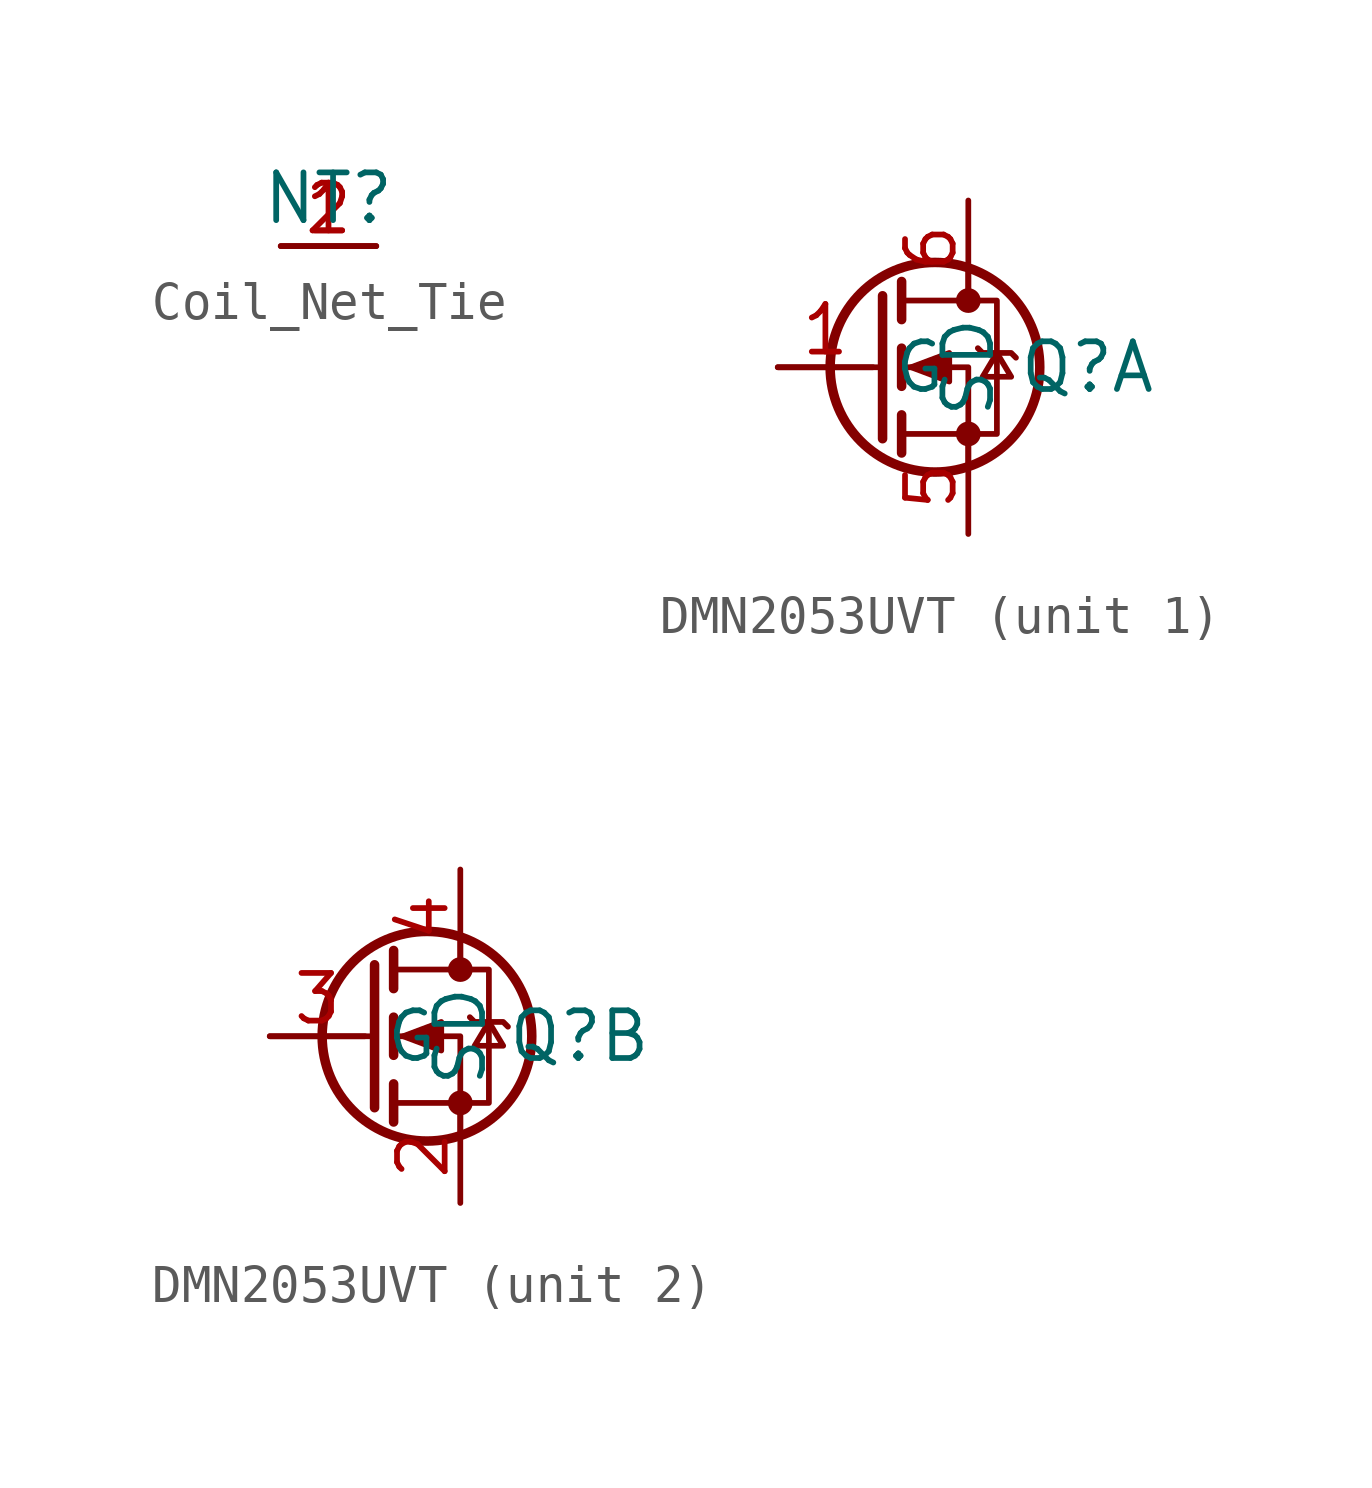
<source format=kicad_sym>
(kicad_symbol_lib
  (version 20220914)
  (generator kicad_symbol_editor)
  (symbol "Coil_Net_Tie"
    (property "Reference" "NT"
      (at 0 1.27 0)
      (effects (font (size 1.27 1.27))))
    (property "Value" ""
      (at 0 0 0)
      (effects (font (size 1.27 1.27))))
    (symbol "Coil_Net_Tie_1_1"
      (pin passive line (at -1.27 0 0) (length 2.54) (name "" (effects (font (size 1.27 1.27)))) (number "1" (effects (font (size 1.27 1.27)))))
      (pin passive line (at 1.27 0 180) (length 2.54) (name "" (effects (font (size 1.27 1.27)))) (number "2" (effects (font (size 1.27 1.27)))))))
  (symbol "DMN2053UVT"
    (property "Reference" "Q"
      (at 3.175 0 0)
      (effects (font (size 1.27 1.27))))
    (property "Value" ""
      (at 0 0 0)
      (effects (font (size 1.27 1.27))))
    (symbol "DMN2053UVT_0_1"
      (circle (center -0.889 0) (radius 2.794) (stroke (width 0.254) (type default)) (fill (type none)))
      (circle (center 0 -1.778) (radius 0.254) (stroke (width 0) (type default)) (fill (type outline)))
      (polyline (pts (xy -2.286 0) (xy -5.08 0)) (stroke (width 0) (type default)) (fill (type none)))
      (polyline (pts (xy -2.286 1.905) (xy -2.286 -1.905)) (stroke (width 0.254) (type default)) (fill (type none)))
      (polyline (pts (xy -1.778 -1.27) (xy -1.778 -2.286)) (stroke (width 0.254) (type default)) (fill (type none)))
      (polyline (pts (xy -1.778 0.508) (xy -1.778 -0.508)) (stroke (width 0.254) (type default)) (fill (type none)))
      (polyline (pts (xy -1.778 2.286) (xy -1.778 1.27)) (stroke (width 0.254) (type default)) (fill (type none)))
      (polyline (pts (xy 0 2.54) (xy 0 1.778)) (stroke (width 0) (type default)) (fill (type none)))
      (polyline (pts (xy 0 -2.54) (xy 0 0) (xy -1.778 0)) (stroke (width 0) (type default)) (fill (type none)))
      (polyline (pts (xy -1.778 -1.778) (xy 0.762 -1.778) (xy 0.762 1.778) (xy -1.778 1.778)) (stroke (width 0) (type default)) (fill (type none)))
      (polyline (pts (xy -1.524 0) (xy -0.508 0.381) (xy -0.508 -0.381) (xy -1.524 0)) (stroke (width 0) (type default)) (fill (type outline)))
      (polyline (pts (xy 0.254 0.508) (xy 0.381 0.381) (xy 1.143 0.381) (xy 1.27 0.254)) (stroke (width 0) (type default)) (fill (type none)))
      (polyline (pts (xy 0.762 0.381) (xy 0.381 -0.254) (xy 1.143 -0.254) (xy 0.762 0.381)) (stroke (width 0) (type default)) (fill (type none)))
      (circle (center 0 1.778) (radius 0.254) (stroke (width 0) (type default)) (fill (type outline))))
    (symbol "DMN2053UVT_1_1"
      (pin input line (at -5.08 0 0) (length 2.54) (name "G" (effects (font (size 1.27 1.27)))) (number "1" (effects (font (size 1.27 1.27)))))
      (pin passive line (at 0 -4.445 90) (length 2.54) (name "S" (effects (font (size 1.27 1.27)))) (number "5" (effects (font (size 1.27 1.27)))))
      (pin passive line (at 0 4.445 270) (length 2.54) (name "D" (effects (font (size 1.27 1.27)))) (number "6" (effects (font (size 1.27 1.27))))))
    (symbol "DMN2053UVT_2_1"
      (pin passive line (at 0 -4.445 90) (length 2.54) (name "S" (effects (font (size 1.27 1.27)))) (number "2" (effects (font (size 1.27 1.27)))))
      (pin input line (at -5.08 0 0) (length 2.54) (name "G" (effects (font (size 1.27 1.27)))) (number "3" (effects (font (size 1.27 1.27)))))
      (pin passive line (at 0 4.445 270) (length 2.54) (name "D" (effects (font (size 1.27 1.27)))) (number "4" (effects (font (size 1.27 1.27))))))))
</source>
